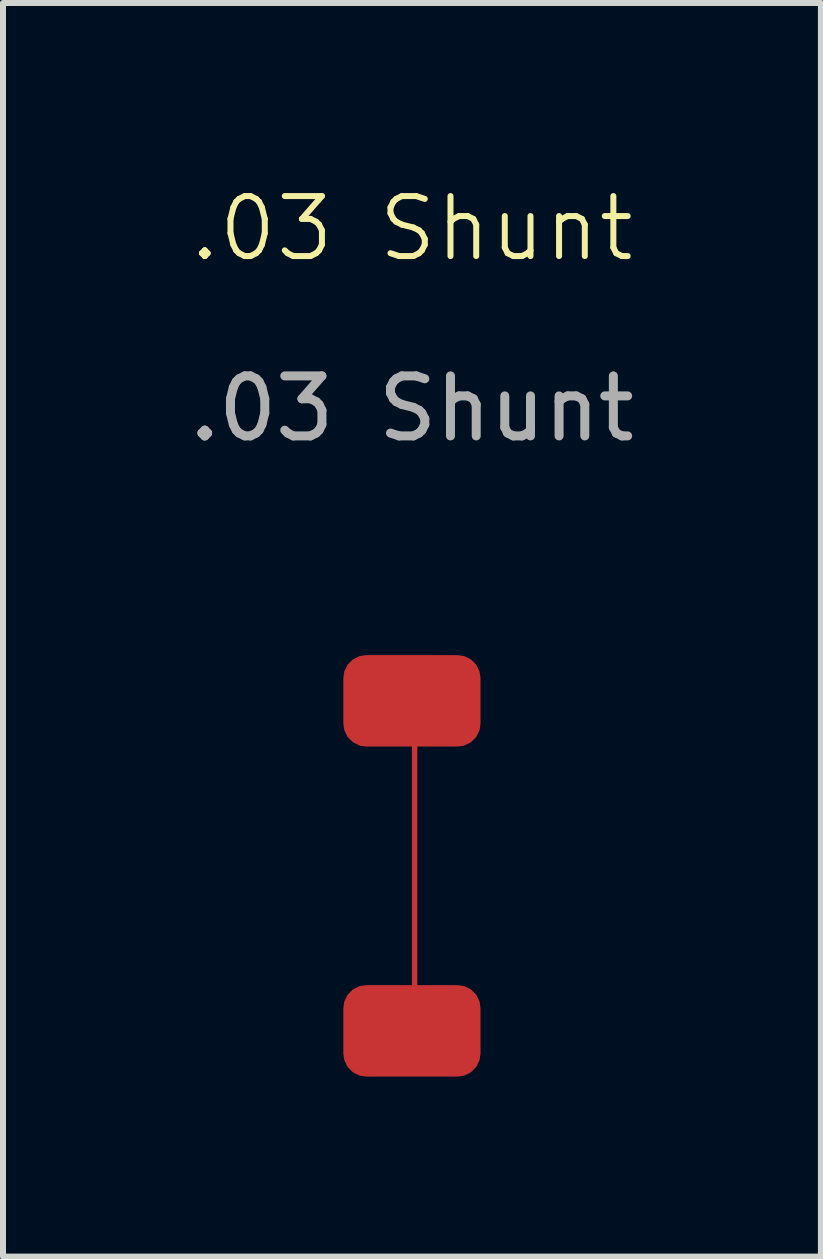
<source format=kicad_pcb>
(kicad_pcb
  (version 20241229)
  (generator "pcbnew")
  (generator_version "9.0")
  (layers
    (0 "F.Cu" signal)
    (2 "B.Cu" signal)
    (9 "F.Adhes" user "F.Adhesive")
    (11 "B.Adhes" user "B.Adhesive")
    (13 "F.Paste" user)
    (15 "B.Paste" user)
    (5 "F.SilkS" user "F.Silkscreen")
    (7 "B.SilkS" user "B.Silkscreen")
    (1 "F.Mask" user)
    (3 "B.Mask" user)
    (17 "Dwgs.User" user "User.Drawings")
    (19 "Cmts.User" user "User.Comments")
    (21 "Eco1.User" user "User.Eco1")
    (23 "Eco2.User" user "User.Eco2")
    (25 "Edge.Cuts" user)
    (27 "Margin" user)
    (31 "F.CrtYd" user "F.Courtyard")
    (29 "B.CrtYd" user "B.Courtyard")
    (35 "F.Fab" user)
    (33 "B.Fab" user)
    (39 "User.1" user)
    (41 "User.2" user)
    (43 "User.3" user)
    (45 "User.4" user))
  (footprint ".03 Shunt"
    (layer "F.Cu")
    (at 3.815 11.38)
    (property "Reference" ".03 Shunt" (at 0 -10.62 0) (unlocked yes) (layer "F.SilkS") (effects (font (size 1 1) (thickness 0.1))))
    (attr smd)
    (fp_line (start 0.045 -2.75) (end 0.045 2.75) (stroke (width 0.09) (type default)) (layer "F.Cu"))
    (fp_text user "${REFERENCE}" (at 0 -7.62 0) (unlocked yes) (layer "F.Fab") (effects (font (size 1 1) (thickness 0.15))))
    (pad "1" smd roundrect (at 0 -2.75) (size 2.286 1.524) (layers "F.Cu" "F.Mask" "F.Paste") (roundrect_rratio 0.25))
    (pad "2" smd roundrect (at 0 2.75) (size 2.286 1.524) (layers "F.Cu" "F.Mask" "F.Paste") (roundrect_rratio 0.25)))
  (gr_rect
    (start -3 -3)
    (end 10.631 17.892)
    (stroke (width 0.1) (type default))
    (fill no)
    (layer "Edge.Cuts")))
</source>
